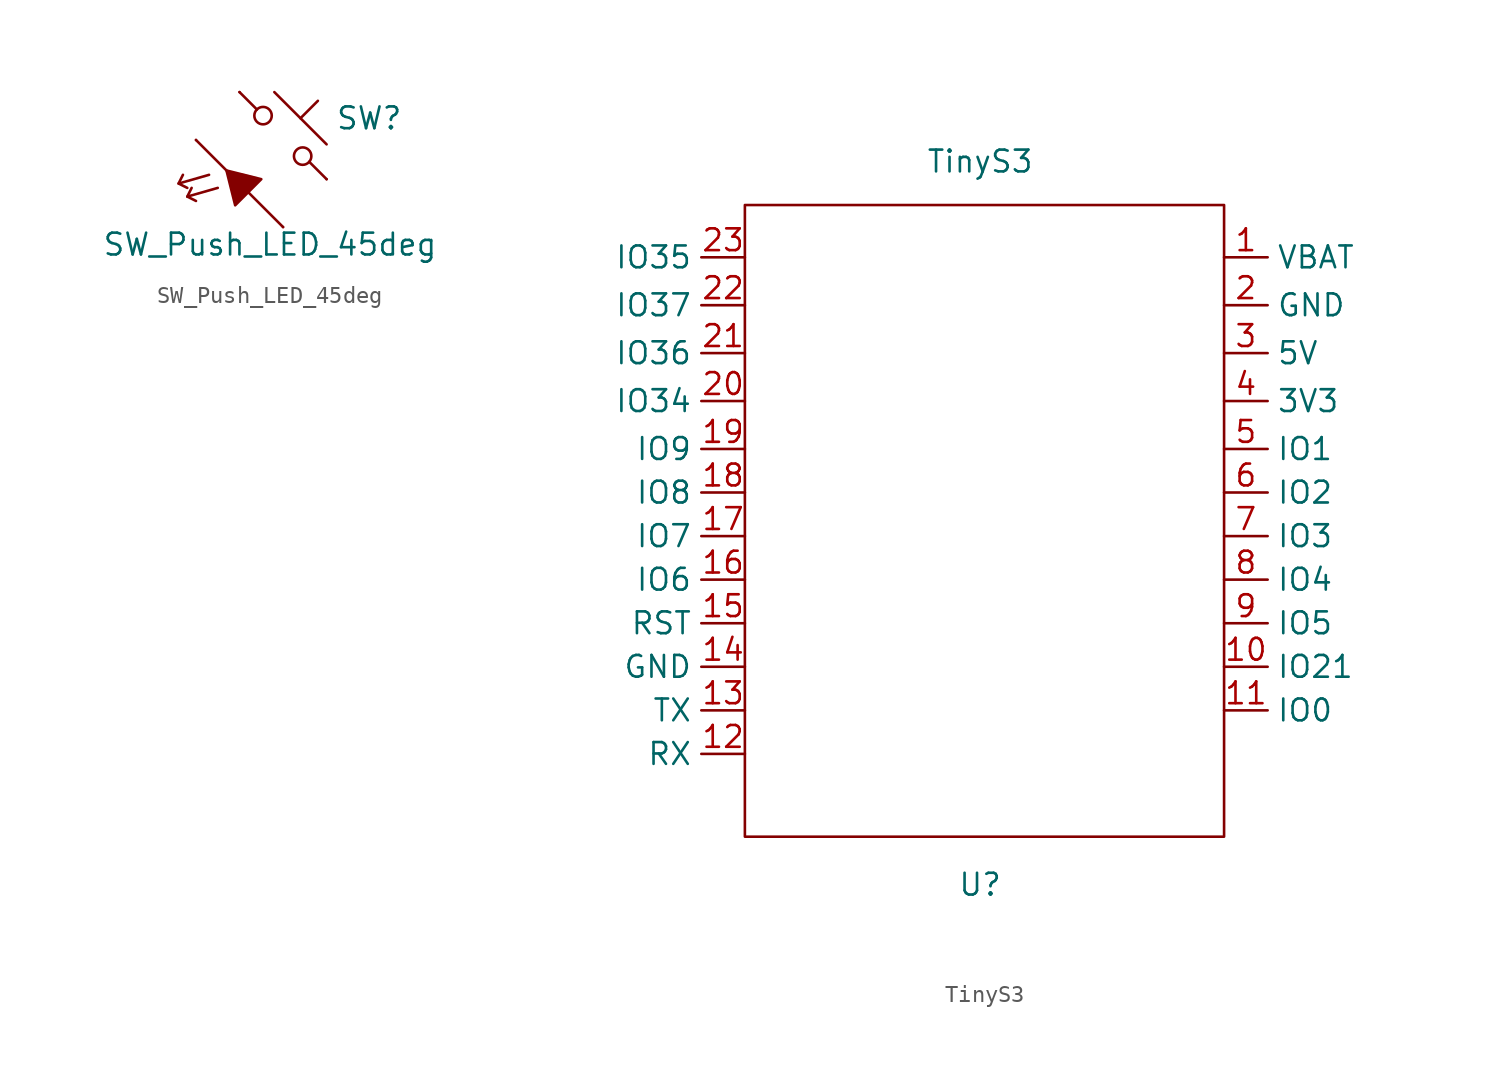
<source format=kicad_sym>
(kicad_symbol_lib
  (version 20211014)
  (generator kicad_symbol_editor)
  (symbol "SW_Push_LED_45deg"
    (pin_numbers hide)
    (pin_names
      (offset 1.016) hide)
    (property "Reference" "SW"
      (at 3.048 1.016 0)
      (effects (font (size 1.27 1.27)) (justify left)))
    (property "Value" "SW_Push_LED_45deg"
      (at -0.762 -6.35 0)
      (effects (font (size 1.27 1.27))))
    (symbol "SW_Push_LED_45deg_0_0"
      (polyline (pts (xy -6.096 -2.794) (xy -4.318 -2.286)) (stroke (width 0) (type default) (color 0 0 0 0)) (fill (type none)))
      (polyline (pts (xy -5.588 -3.556) (xy -3.81 -3.048)) (stroke (width 0) (type default) (color 0 0 0 0)) (fill (type none)))
      (polyline (pts (xy -5.842 -2.286) (xy -6.096 -2.794) (xy -5.588 -3.048)) (stroke (width 0) (type default) (color 0 0 0 0)) (fill (type none)))
      (polyline (pts (xy -5.334 -3.048) (xy -5.588 -3.556) (xy -5.08 -3.81)) (stroke (width 0) (type default) (color 0 0 0 0)) (fill (type none)))
      (polyline (pts (xy -2.794 -4.064) (xy -1.27 -2.54) (xy -3.302 -2.032) (xy -2.794 -4.064)) (stroke (width 0) (type default) (color 0 0 0 0)) (fill (type outline))))
    (symbol "SW_Push_LED_45deg_0_1"
      (circle (center -1.168 1.168) (radius 0.508) (stroke (width 0) (type default) (color 0 0 0 0)) (fill (type none)))
      (polyline (pts (xy -0.508 2.54) (xy 2.54 -0.508)) (stroke (width 0) (type default) (color 0 0 0 0)) (fill (type none)))
      (polyline (pts (xy 1.016 1.016) (xy 2.032 2.032)) (stroke (width 0) (type default) (color 0 0 0 0)) (fill (type none)))
      (polyline (pts (xy -2.54 2.54) (xy -1.524 1.524) (xy -1.524 1.524)) (stroke (width 0) (type default) (color 0 0 0 0)) (fill (type none)))
      (polyline (pts (xy -5.08 -0.254) (xy 0 -5.334) (xy 0 -5.334) (xy 0 -5.334)) (stroke (width 0) (type default) (color 0 0 0 0)) (fill (type none)))
      (polyline (pts (xy 1.524 -1.524) (xy 2.54 -2.54) (xy 2.54 -2.54) (xy 2.54 -2.54)) (stroke (width 0) (type default) (color 0 0 0 0)) (fill (type none)))
      (circle (center 1.143 -1.194) (radius 0.508) (stroke (width 0) (type default) (color 0 0 0 0)) (fill (type none)))
      (pin passive line (at 2.54 -2.54 180) (length 0) (name "1" (effects (font (size 1.27 1.27)))) (number "1" (effects (font (size 1.27 1.27)))))
      (pin passive line (at -2.54 2.54 0) (length 0) (name "2" (effects (font (size 1.27 1.27)))) (number "2" (effects (font (size 1.27 1.27))))))
    (symbol "SW_Push_LED_45deg_1_1"
      (pin passive line (at 0 -5.334 180) (length 0) (name "3" (effects (font (size 1.27 1.27)))) (number "3" (effects (font (size 1.27 1.27)))))
      (pin passive line (at -5.08 -0.254 0) (length 0) (name "4" (effects (font (size 1.27 1.27)))) (number "4" (effects (font (size 1.27 1.27)))))))
  (symbol "TinyS3"
    (property "Reference" "U"
      (at -0.508 -20.32 0)
      (effects (font (size 1.27 1.27))))
    (property "Value" "TinyS3"
      (at -0.508 21.844 0)
      (effects (font (size 1.27 1.27))))
    (symbol "TinyS3_0_1"
      (rectangle (start 13.716 -17.526) (end -14.224 19.304) (stroke (width 0.152) (type default) (color 0 0 0 0)) (fill (type none))))
    (symbol "TinyS3_1_1"
      (pin power_in line (at 13.716 16.256 0) (length 2.54) (name "VBAT" (effects (font (size 1.27 1.27)))) (number "1" (effects (font (size 1.27 1.27)))))
      (pin bidirectional line (at 13.716 -7.62 0) (length 2.54) (name "IO21" (effects (font (size 1.27 1.27)))) (number "10" (effects (font (size 1.27 1.27)))))
      (pin bidirectional line (at 13.716 -10.16 0) (length 2.54) (name "IO0" (effects (font (size 1.27 1.27)))) (number "11" (effects (font (size 1.27 1.27)))))
      (pin bidirectional line (at -14.224 -12.7 180) (length 2.54) (name "RX" (effects (font (size 1.27 1.27)))) (number "12" (effects (font (size 1.27 1.27)))))
      (pin bidirectional line (at -14.224 -10.16 180) (length 2.54) (name "TX" (effects (font (size 1.27 1.27)))) (number "13" (effects (font (size 1.27 1.27)))))
      (pin power_in line (at -14.224 -7.62 180) (length 2.54) (name "GND" (effects (font (size 1.27 1.27)))) (number "14" (effects (font (size 1.27 1.27)))))
      (pin input line (at -14.224 -5.08 180) (length 2.54) (name "RST" (effects (font (size 1.27 1.27)))) (number "15" (effects (font (size 1.27 1.27)))))
      (pin bidirectional line (at -14.224 -2.54 180) (length 2.54) (name "IO6" (effects (font (size 1.27 1.27)))) (number "16" (effects (font (size 1.27 1.27)))))
      (pin bidirectional line (at -14.224 0 180) (length 2.54) (name "IO7" (effects (font (size 1.27 1.27)))) (number "17" (effects (font (size 1.27 1.27)))))
      (pin bidirectional line (at -14.224 2.54 180) (length 2.54) (name "IO8" (effects (font (size 1.27 1.27)))) (number "18" (effects (font (size 1.27 1.27)))))
      (pin bidirectional line (at -14.224 5.08 180) (length 2.54) (name "IO9" (effects (font (size 1.27 1.27)))) (number "19" (effects (font (size 1.27 1.27)))))
      (pin power_in line (at 13.716 13.462 0) (length 2.54) (name "GND" (effects (font (size 1.27 1.27)))) (number "2" (effects (font (size 1.27 1.27)))))
      (pin bidirectional line (at -14.224 7.874 180) (length 2.54) (name "IO34" (effects (font (size 1.27 1.27)))) (number "20" (effects (font (size 1.27 1.27)))))
      (pin bidirectional line (at -14.224 10.668 180) (length 2.54) (name "IO36" (effects (font (size 1.27 1.27)))) (number "21" (effects (font (size 1.27 1.27)))))
      (pin bidirectional line (at -14.224 13.462 180) (length 2.54) (name "IO37" (effects (font (size 1.27 1.27)))) (number "22" (effects (font (size 1.27 1.27)))))
      (pin bidirectional line (at -14.224 16.256 180) (length 2.54) (name "IO35" (effects (font (size 1.27 1.27)))) (number "23" (effects (font (size 1.27 1.27)))))
      (pin power_in line (at 13.716 10.668 0) (length 2.54) (name "5V" (effects (font (size 1.27 1.27)))) (number "3" (effects (font (size 1.27 1.27)))))
      (pin power_in line (at 13.716 7.874 0) (length 2.54) (name "3V3" (effects (font (size 1.27 1.27)))) (number "4" (effects (font (size 1.27 1.27)))))
      (pin bidirectional line (at 13.716 5.08 0) (length 2.54) (name "IO1" (effects (font (size 1.27 1.27)))) (number "5" (effects (font (size 1.27 1.27)))))
      (pin bidirectional line (at 13.716 2.54 0) (length 2.54) (name "IO2" (effects (font (size 1.27 1.27)))) (number "6" (effects (font (size 1.27 1.27)))))
      (pin bidirectional line (at 13.716 0 0) (length 2.54) (name "IO3" (effects (font (size 1.27 1.27)))) (number "7" (effects (font (size 1.27 1.27)))))
      (pin bidirectional line (at 13.716 -2.54 0) (length 2.54) (name "IO4" (effects (font (size 1.27 1.27)))) (number "8" (effects (font (size 1.27 1.27)))))
      (pin bidirectional line (at 13.716 -5.08 0) (length 2.54) (name "IO5" (effects (font (size 1.27 1.27)))) (number "9" (effects (font (size 1.27 1.27))))))))
</source>
